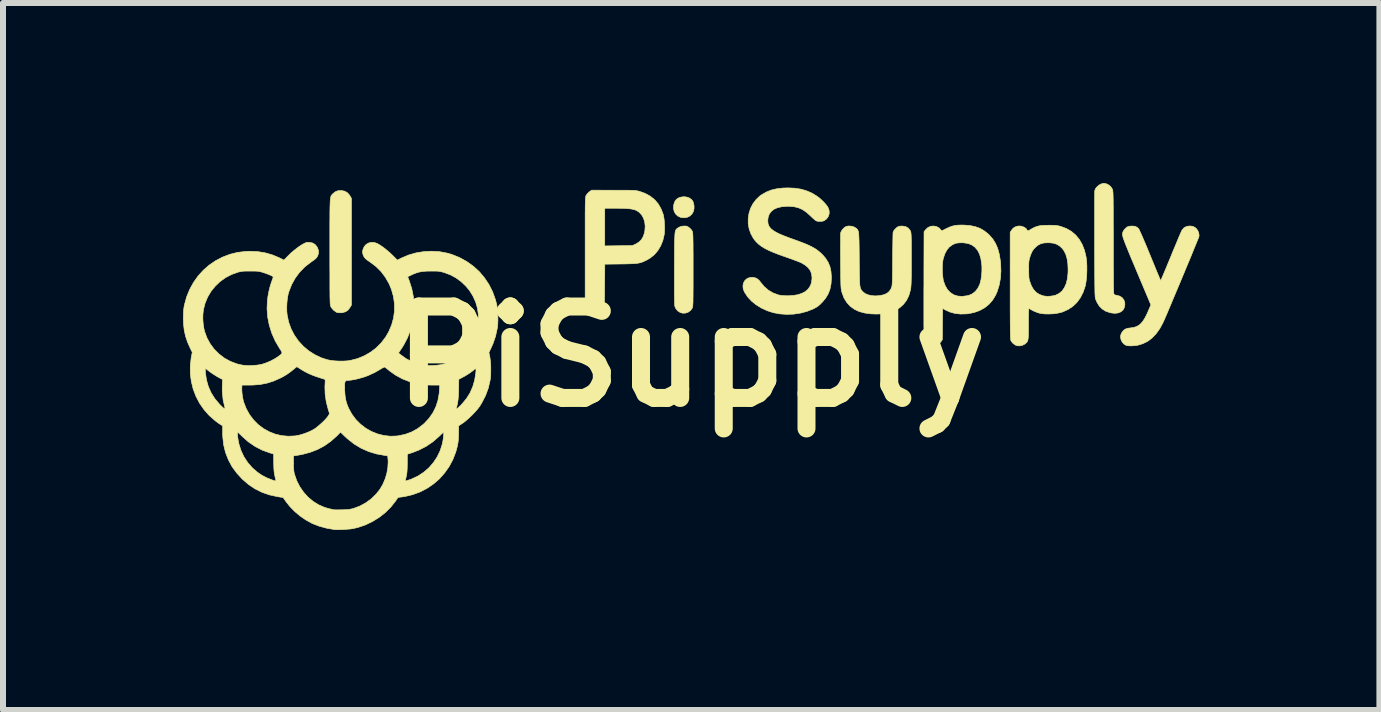
<source format=kicad_pcb>
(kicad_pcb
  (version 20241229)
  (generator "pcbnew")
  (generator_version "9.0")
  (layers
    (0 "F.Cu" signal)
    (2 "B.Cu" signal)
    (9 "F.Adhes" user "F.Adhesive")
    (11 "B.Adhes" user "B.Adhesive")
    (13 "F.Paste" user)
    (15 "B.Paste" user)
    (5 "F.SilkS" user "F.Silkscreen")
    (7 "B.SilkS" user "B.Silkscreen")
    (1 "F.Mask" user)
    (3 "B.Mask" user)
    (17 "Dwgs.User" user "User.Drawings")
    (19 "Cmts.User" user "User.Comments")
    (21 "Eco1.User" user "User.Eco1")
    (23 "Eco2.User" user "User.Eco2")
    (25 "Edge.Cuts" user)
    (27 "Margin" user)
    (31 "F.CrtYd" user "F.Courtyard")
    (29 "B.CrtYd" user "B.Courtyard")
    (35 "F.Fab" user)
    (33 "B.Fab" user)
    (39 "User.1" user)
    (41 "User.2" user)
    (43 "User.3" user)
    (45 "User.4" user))
  (footprint "PiSupply"
    (layer "F.Cu")
    (at 8.466 2.892)
    (property "Reference" "PiSupply" (at 0 0 0) (layer "F.SilkS") (effects (font (size 1.524 1.524) (thickness 0.3))))
    (attr through_hole)
    (fp_poly (pts (xy -0.075 -2.659) (xy -0.029 -2.643) (xy 0.009 -2.615) (xy 0.027 -2.593) (xy 0.041 -2.557) (xy 0.049 -2.513) (xy 0.049 -2.466) (xy 0.041 -2.424) (xy 0.039 -2.418) (xy 0.013 -2.374) (xy -0.023 -2.341) (xy -0.068 -2.32) (xy -0.119 -2.313) (xy -0.174 -2.32) (xy -0.177 -2.321) (xy -0.223 -2.343) (xy -0.258 -2.376) (xy -0.282 -2.419) (xy -0.293 -2.47) (xy -0.29 -2.527) (xy -0.288 -2.535) (xy -0.271 -2.585) (xy -0.244 -2.621) (xy -0.205 -2.646) (xy -0.18 -2.655) (xy -0.127 -2.664) (xy -0.075 -2.659)) (stroke (width 0.01) (type solid)) (fill yes) (layer "F.SilkS"))
    (fp_poly (pts (xy -5.829 -2.767) (xy -5.775 -2.757) (xy -5.73 -2.733) (xy -5.694 -2.694) (xy -5.684 -2.678) (xy -5.66 -2.637) (xy -5.66 -0.859) (xy -5.684 -0.819) (xy -5.716 -0.776) (xy -5.756 -0.748) (xy -5.805 -0.733) (xy -5.833 -0.73) (xy -5.874 -0.731) (xy -5.904 -0.737) (xy -5.914 -0.742) (xy -5.96 -0.775) (xy -5.994 -0.816) (xy -6.004 -0.834) (xy -6.006 -0.84) (xy -6.009 -0.847) (xy -6.01 -0.857) (xy -6.012 -0.87) (xy -6.014 -0.886) (xy -6.015 -0.909) (xy -6.016 -0.937) (xy -6.017 -0.972) (xy -6.018 -1.016) (xy -6.018 -1.069) (xy -6.019 -1.132) (xy -6.019 -1.207) (xy -6.019 -1.293) (xy -6.019 -1.393) (xy -6.02 -1.507) (xy -6.02 -1.636) (xy -6.02 -1.747) (xy -6.02 -1.891) (xy -6.02 -2.019) (xy -6.02 -2.132) (xy -6.02 -2.231) (xy -6.019 -2.317) (xy -6.019 -2.391) (xy -6.018 -2.454) (xy -6.017 -2.508) (xy -6.015 -2.552) (xy -6.014 -2.588) (xy -6.011 -2.617) (xy -6.008 -2.64) (xy -6.005 -2.657) (xy -6.001 -2.671) (xy -5.996 -2.682) (xy -5.991 -2.69) (xy -5.985 -2.698) (xy -5.978 -2.705) (xy -5.971 -2.712) (xy -5.93 -2.746) (xy -5.885 -2.764) (xy -5.832 -2.767) (xy -5.829 -2.767)) (stroke (width 0.01) (type solid)) (fill yes) (layer "F.SilkS"))
    (fp_poly (pts (xy -0.073 -2.173) (xy -0.047 -2.16) (xy -0.019 -2.138) (xy 0.006 -2.111) (xy 0.022 -2.085) (xy 0.025 -2.077) (xy 0.027 -2.063) (xy 0.028 -2.043) (xy 0.03 -2.014) (xy 0.031 -1.977) (xy 0.032 -1.93) (xy 0.033 -1.871) (xy 0.033 -1.801) (xy 0.034 -1.717) (xy 0.034 -1.62) (xy 0.034 -1.506) (xy 0.034 -1.448) (xy 0.034 -1.331) (xy 0.034 -1.231) (xy 0.034 -1.145) (xy 0.033 -1.072) (xy 0.033 -1.011) (xy 0.032 -0.961) (xy 0.032 -0.921) (xy 0.031 -0.889) (xy 0.029 -0.864) (xy 0.028 -0.845) (xy 0.026 -0.832) (xy 0.024 -0.821) (xy 0.021 -0.813) (xy 0.018 -0.806) (xy 0.017 -0.804) (xy -0.011 -0.767) (xy -0.049 -0.74) (xy -0.093 -0.725) (xy -0.139 -0.723) (xy -0.182 -0.735) (xy -0.224 -0.763) (xy -0.255 -0.801) (xy -0.271 -0.838) (xy -0.273 -0.855) (xy -0.275 -0.888) (xy -0.276 -0.938) (xy -0.277 -1.005) (xy -0.278 -1.089) (xy -0.278 -1.19) (xy -0.278 -1.307) (xy -0.278 -1.442) (xy -0.278 -1.471) (xy -0.277 -1.589) (xy -0.277 -1.692) (xy -0.276 -1.78) (xy -0.276 -1.854) (xy -0.275 -1.917) (xy -0.273 -1.969) (xy -0.271 -2.01) (xy -0.269 -2.044) (xy -0.266 -2.07) (xy -0.262 -2.09) (xy -0.257 -2.105) (xy -0.251 -2.116) (xy -0.243 -2.125) (xy -0.235 -2.133) (xy -0.225 -2.14) (xy -0.215 -2.147) (xy -0.183 -2.164) (xy -0.141 -2.174) (xy -0.098 -2.176) (xy -0.073 -2.173)) (stroke (width 0.01) (type solid)) (fill yes) (layer "F.SilkS"))
    (fp_poly (pts (xy 6.921 -2.879) (xy 6.963 -2.858) (xy 6.998 -2.825) (xy 7.02 -2.79) (xy 7.022 -2.784) (xy 7.025 -2.776) (xy 7.027 -2.766) (xy 7.028 -2.753) (xy 7.03 -2.736) (xy 7.031 -2.713) (xy 7.032 -2.684) (xy 7.033 -2.648) (xy 7.034 -2.603) (xy 7.034 -2.549) (xy 7.035 -2.484) (xy 7.035 -2.408) (xy 7.035 -2.32) (xy 7.035 -2.218) (xy 7.036 -2.101) (xy 7.036 -1.97) (xy 7.036 -1.912) (xy 7.036 -1.781) (xy 7.036 -1.659) (xy 7.036 -1.544) (xy 7.037 -1.439) (xy 7.038 -1.345) (xy 7.038 -1.262) (xy 7.039 -1.191) (xy 7.04 -1.133) (xy 7.041 -1.089) (xy 7.042 -1.06) (xy 7.044 -1.048) (xy 7.044 -1.047) (xy 7.052 -1.034) (xy 7.067 -1.026) (xy 7.093 -1.021) (xy 7.144 -1.007) (xy 7.184 -0.981) (xy 7.212 -0.944) (xy 7.227 -0.899) (xy 7.228 -0.862) (xy 7.218 -0.813) (xy 7.195 -0.774) (xy 7.16 -0.745) (xy 7.115 -0.727) (xy 7.06 -0.721) (xy 6.998 -0.728) (xy 6.981 -0.732) (xy 6.91 -0.756) (xy 6.851 -0.793) (xy 6.802 -0.842) (xy 6.763 -0.906) (xy 6.745 -0.947) (xy 6.742 -0.955) (xy 6.739 -0.963) (xy 6.737 -0.972) (xy 6.735 -0.984) (xy 6.733 -0.998) (xy 6.732 -1.017) (xy 6.731 -1.041) (xy 6.729 -1.072) (xy 6.729 -1.109) (xy 6.728 -1.155) (xy 6.727 -1.21) (xy 6.727 -1.276) (xy 6.726 -1.353) (xy 6.726 -1.442) (xy 6.725 -1.544) (xy 6.725 -1.661) (xy 6.724 -1.794) (xy 6.724 -1.867) (xy 6.724 -1.988) (xy 6.724 -2.104) (xy 6.724 -2.214) (xy 6.724 -2.318) (xy 6.724 -2.414) (xy 6.724 -2.501) (xy 6.724 -2.578) (xy 6.725 -2.643) (xy 6.725 -2.696) (xy 6.726 -2.735) (xy 6.726 -2.759) (xy 6.727 -2.767) (xy 6.74 -2.8) (xy 6.767 -2.832) (xy 6.801 -2.86) (xy 6.839 -2.879) (xy 6.876 -2.887) (xy 6.877 -2.887) (xy 6.921 -2.879)) (stroke (width 0.01) (type solid)) (fill yes) (layer "F.SilkS"))
    (fp_poly (pts (xy -1.293 -2.772) (xy -1.204 -2.772) (xy -1.13 -2.772) (xy -1.07 -2.772) (xy -1.021 -2.771) (xy -0.983 -2.77) (xy -0.952 -2.769) (xy -0.928 -2.767) (xy -0.908 -2.764) (xy -0.891 -2.761) (xy -0.875 -2.757) (xy -0.862 -2.754) (xy -0.765 -2.719) (xy -0.681 -2.673) (xy -0.608 -2.615) (xy -0.548 -2.545) (xy -0.501 -2.463) (xy -0.465 -2.37) (xy -0.462 -2.358) (xy -0.454 -2.317) (xy -0.447 -2.265) (xy -0.444 -2.206) (xy -0.442 -2.146) (xy -0.443 -2.09) (xy -0.447 -2.042) (xy -0.448 -2.032) (xy -0.471 -1.934) (xy -0.507 -1.845) (xy -0.555 -1.765) (xy -0.614 -1.697) (xy -0.684 -1.641) (xy -0.739 -1.609) (xy -0.773 -1.593) (xy -0.803 -1.579) (xy -0.831 -1.569) (xy -0.861 -1.561) (xy -0.893 -1.555) (xy -0.93 -1.551) (xy -0.975 -1.548) (xy -1.031 -1.546) (xy -1.099 -1.544) (xy -1.174 -1.543) (xy -1.438 -1.54) (xy -1.441 -1.191) (xy -1.442 -1.105) (xy -1.442 -1.034) (xy -1.443 -0.977) (xy -1.444 -0.931) (xy -1.445 -0.896) (xy -1.447 -0.869) (xy -1.449 -0.849) (xy -1.451 -0.835) (xy -1.455 -0.824) (xy -1.458 -0.814) (xy -1.461 -0.809) (xy -1.491 -0.77) (xy -1.53 -0.741) (xy -1.576 -0.725) (xy -1.625 -0.723) (xy -1.662 -0.731) (xy -1.697 -0.749) (xy -1.724 -0.773) (xy -1.747 -0.804) (xy -1.765 -0.834) (xy -1.765 -1.744) (xy -1.765 -1.844) (xy -1.439 -1.844) (xy -1.209 -1.847) (xy -0.978 -1.85) (xy -0.925 -1.874) (xy -0.87 -1.907) (xy -0.828 -1.948) (xy -0.797 -2.001) (xy -0.776 -2.065) (xy -0.77 -2.098) (xy -0.765 -2.173) (xy -0.773 -2.244) (xy -0.793 -2.307) (xy -0.824 -2.362) (xy -0.866 -2.406) (xy -0.909 -2.434) (xy -0.936 -2.445) (xy -0.969 -2.454) (xy -1.007 -2.461) (xy -1.055 -2.466) (xy -1.113 -2.47) (xy -1.185 -2.471) (xy -1.259 -2.472) (xy -1.439 -2.472) (xy -1.439 -1.844) (xy -1.765 -1.844) (xy -1.765 -1.888) (xy -1.765 -2.016) (xy -1.765 -2.129) (xy -1.765 -2.227) (xy -1.765 -2.313) (xy -1.765 -2.387) (xy -1.764 -2.45) (xy -1.764 -2.502) (xy -1.763 -2.546) (xy -1.762 -2.581) (xy -1.761 -2.609) (xy -1.76 -2.631) (xy -1.758 -2.648) (xy -1.757 -2.661) (xy -1.755 -2.67) (xy -1.753 -2.677) (xy -1.75 -2.683) (xy -1.748 -2.688) (xy -1.729 -2.714) (xy -1.705 -2.739) (xy -1.694 -2.747) (xy -1.658 -2.773) (xy -1.293 -2.772)) (stroke (width 0.01) (type solid)) (fill yes) (layer "F.SilkS"))
    (fp_poly (pts (xy 4.551 -2.191) (xy 4.649 -2.183) (xy 4.735 -2.165) (xy 4.812 -2.138) (xy 4.881 -2.098) (xy 4.947 -2.047) (xy 4.971 -2.024) (xy 5.027 -1.959) (xy 5.073 -1.886) (xy 5.109 -1.803) (xy 5.135 -1.708) (xy 5.153 -1.601) (xy 5.158 -1.556) (xy 5.163 -1.429) (xy 5.155 -1.306) (xy 5.134 -1.19) (xy 5.1 -1.082) (xy 5.075 -1.025) (xy 5.025 -0.942) (xy 4.963 -0.871) (xy 4.891 -0.813) (xy 4.807 -0.767) (xy 4.714 -0.734) (xy 4.611 -0.714) (xy 4.59 -0.712) (xy 4.49 -0.709) (xy 4.398 -0.719) (xy 4.312 -0.743) (xy 4.238 -0.777) (xy 4.192 -0.802) (xy 4.189 -0.542) (xy 4.187 -0.282) (xy 4.163 -0.247) (xy 4.13 -0.214) (xy 4.09 -0.19) (xy 4.045 -0.179) (xy 4 -0.18) (xy 3.967 -0.192) (xy 3.927 -0.219) (xy 3.901 -0.252) (xy 3.89 -0.274) (xy 3.888 -0.281) (xy 3.886 -0.291) (xy 3.885 -0.305) (xy 3.883 -0.324) (xy 3.882 -0.348) (xy 3.881 -0.379) (xy 3.88 -0.418) (xy 3.88 -0.465) (xy 3.879 -0.522) (xy 3.879 -0.59) (xy 3.879 -0.669) (xy 3.879 -0.761) (xy 3.879 -0.867) (xy 3.879 -0.987) (xy 3.879 -1.122) (xy 3.88 -1.195) (xy 3.88 -1.462) (xy 4.186 -1.462) (xy 4.188 -1.394) (xy 4.194 -1.331) (xy 4.202 -1.275) (xy 4.207 -1.255) (xy 4.236 -1.178) (xy 4.274 -1.114) (xy 4.322 -1.065) (xy 4.378 -1.029) (xy 4.442 -1.009) (xy 4.514 -1.003) (xy 4.594 -1.013) (xy 4.629 -1.021) (xy 4.685 -1.045) (xy 4.735 -1.084) (xy 4.776 -1.135) (xy 4.808 -1.198) (xy 4.817 -1.225) (xy 4.831 -1.283) (xy 4.841 -1.352) (xy 4.846 -1.425) (xy 4.846 -1.498) (xy 4.843 -1.539) (xy 4.829 -1.631) (xy 4.806 -1.709) (xy 4.773 -1.773) (xy 4.73 -1.823) (xy 4.678 -1.86) (xy 4.615 -1.885) (xy 4.541 -1.896) (xy 4.508 -1.897) (xy 4.459 -1.895) (xy 4.419 -1.89) (xy 4.385 -1.878) (xy 4.348 -1.859) (xy 4.348 -1.859) (xy 4.301 -1.824) (xy 4.262 -1.776) (xy 4.23 -1.716) (xy 4.204 -1.64) (xy 4.202 -1.634) (xy 4.193 -1.586) (xy 4.188 -1.527) (xy 4.186 -1.462) (xy 3.88 -1.462) (xy 3.882 -2.081) (xy 3.908 -2.114) (xy 3.946 -2.15) (xy 3.99 -2.17) (xy 4.033 -2.176) (xy 4.084 -2.169) (xy 4.128 -2.147) (xy 4.154 -2.121) (xy 4.176 -2.094) (xy 4.249 -2.131) (xy 4.302 -2.156) (xy 4.349 -2.173) (xy 4.394 -2.184) (xy 4.444 -2.19) (xy 4.502 -2.192) (xy 4.551 -2.191)) (stroke (width 0.01) (type solid)) (fill yes) (layer "F.SilkS"))
    (fp_poly (pts (xy 8.335 -2.174) (xy 8.365 -2.168) (xy 8.376 -2.164) (xy 8.411 -2.141) (xy 8.44 -2.106) (xy 8.458 -2.065) (xy 8.465 -2.021) (xy 8.463 -2.001) (xy 8.459 -1.989) (xy 8.449 -1.963) (xy 8.433 -1.925) (xy 8.413 -1.875) (xy 8.388 -1.815) (xy 8.36 -1.746) (xy 8.329 -1.669) (xy 8.295 -1.587) (xy 8.258 -1.5) (xy 8.221 -1.41) (xy 8.182 -1.317) (xy 8.144 -1.225) (xy 8.105 -1.133) (xy 8.067 -1.043) (xy 8.031 -0.957) (xy 7.997 -0.875) (xy 7.965 -0.8) (xy 7.937 -0.733) (xy 7.912 -0.675) (xy 7.891 -0.627) (xy 7.875 -0.591) (xy 7.866 -0.57) (xy 7.811 -0.468) (xy 7.75 -0.382) (xy 7.683 -0.311) (xy 7.609 -0.255) (xy 7.528 -0.215) (xy 7.446 -0.19) (xy 7.398 -0.183) (xy 7.348 -0.179) (xy 7.301 -0.179) (xy 7.263 -0.184) (xy 7.243 -0.19) (xy 7.208 -0.213) (xy 7.18 -0.248) (xy 7.162 -0.289) (xy 7.156 -0.332) (xy 7.158 -0.35) (xy 7.166 -0.377) (xy 7.181 -0.405) (xy 7.182 -0.407) (xy 7.208 -0.438) (xy 7.238 -0.459) (xy 7.277 -0.472) (xy 7.322 -0.478) (xy 7.375 -0.485) (xy 7.421 -0.5) (xy 7.462 -0.522) (xy 7.498 -0.553) (xy 7.533 -0.596) (xy 7.567 -0.651) (xy 7.601 -0.72) (xy 7.627 -0.78) (xy 7.662 -0.862) (xy 7.425 -1.425) (xy 7.379 -1.535) (xy 7.338 -1.631) (xy 7.304 -1.714) (xy 7.275 -1.785) (xy 7.251 -1.844) (xy 7.231 -1.894) (xy 7.216 -1.935) (xy 7.204 -1.968) (xy 7.196 -1.995) (xy 7.191 -2.016) (xy 7.189 -2.034) (xy 7.189 -2.048) (xy 7.191 -2.06) (xy 7.194 -2.071) (xy 7.197 -2.08) (xy 7.215 -2.111) (xy 7.242 -2.141) (xy 7.273 -2.163) (xy 7.275 -2.164) (xy 7.302 -2.172) (xy 7.337 -2.175) (xy 7.375 -2.174) (xy 7.406 -2.168) (xy 7.415 -2.164) (xy 7.438 -2.149) (xy 7.457 -2.132) (xy 7.464 -2.12) (xy 7.476 -2.094) (xy 7.494 -2.056) (xy 7.516 -2.006) (xy 7.541 -1.947) (xy 7.57 -1.88) (xy 7.601 -1.806) (xy 7.633 -1.728) (xy 7.648 -1.691) (xy 7.681 -1.611) (xy 7.712 -1.536) (xy 7.74 -1.467) (xy 7.765 -1.406) (xy 7.787 -1.355) (xy 7.804 -1.313) (xy 7.816 -1.284) (xy 7.823 -1.268) (xy 7.824 -1.266) (xy 7.828 -1.273) (xy 7.838 -1.294) (xy 7.853 -1.328) (xy 7.872 -1.373) (xy 7.895 -1.428) (xy 7.922 -1.492) (xy 7.951 -1.563) (xy 7.983 -1.639) (xy 7.997 -1.673) (xy 8.029 -1.753) (xy 8.061 -1.828) (xy 8.09 -1.898) (xy 8.116 -1.961) (xy 8.139 -2.015) (xy 8.158 -2.059) (xy 8.172 -2.09) (xy 8.181 -2.108) (xy 8.183 -2.111) (xy 8.216 -2.148) (xy 8.257 -2.169) (xy 8.303 -2.176) (xy 8.335 -2.174)) (stroke (width 0.01) (type solid)) (fill yes) (layer "F.SilkS"))
    (fp_poly (pts (xy 2.662 -2.174) (xy 2.704 -2.165) (xy 2.737 -2.148) (xy 2.738 -2.147) (xy 2.751 -2.138) (xy 2.762 -2.129) (xy 2.771 -2.12) (xy 2.778 -2.108) (xy 2.784 -2.094) (xy 2.789 -2.074) (xy 2.793 -2.048) (xy 2.795 -2.015) (xy 2.797 -1.972) (xy 2.799 -1.919) (xy 2.8 -1.855) (xy 2.801 -1.777) (xy 2.802 -1.684) (xy 2.802 -1.621) (xy 2.803 -1.52) (xy 2.804 -1.433) (xy 2.805 -1.361) (xy 2.807 -1.301) (xy 2.808 -1.252) (xy 2.81 -1.213) (xy 2.813 -1.183) (xy 2.817 -1.158) (xy 2.822 -1.14) (xy 2.828 -1.125) (xy 2.836 -1.112) (xy 2.845 -1.1) (xy 2.855 -1.088) (xy 2.861 -1.082) (xy 2.897 -1.052) (xy 2.946 -1.03) (xy 3.005 -1.016) (xy 3.072 -1.011) (xy 3.142 -1.016) (xy 3.209 -1.03) (xy 3.263 -1.053) (xy 3.303 -1.087) (xy 3.333 -1.132) (xy 3.342 -1.156) (xy 3.345 -1.167) (xy 3.348 -1.181) (xy 3.35 -1.2) (xy 3.352 -1.225) (xy 3.354 -1.256) (xy 3.355 -1.297) (xy 3.356 -1.348) (xy 3.357 -1.41) (xy 3.358 -1.486) (xy 3.358 -1.577) (xy 3.359 -1.626) (xy 3.359 -1.71) (xy 3.36 -1.789) (xy 3.361 -1.862) (xy 3.362 -1.927) (xy 3.363 -1.982) (xy 3.364 -2.025) (xy 3.365 -2.056) (xy 3.366 -2.071) (xy 3.366 -2.072) (xy 3.376 -2.094) (xy 3.396 -2.12) (xy 3.421 -2.145) (xy 3.446 -2.163) (xy 3.454 -2.167) (xy 3.479 -2.173) (xy 3.513 -2.175) (xy 3.53 -2.174) (xy 3.58 -2.164) (xy 3.62 -2.14) (xy 3.65 -2.103) (xy 3.654 -2.094) (xy 3.658 -2.086) (xy 3.661 -2.077) (xy 3.663 -2.065) (xy 3.665 -2.048) (xy 3.667 -2.026) (xy 3.668 -1.997) (xy 3.669 -1.96) (xy 3.67 -1.912) (xy 3.67 -1.852) (xy 3.67 -1.78) (xy 3.67 -1.693) (xy 3.67 -1.621) (xy 3.67 -1.522) (xy 3.67 -1.438) (xy 3.67 -1.367) (xy 3.669 -1.309) (xy 3.668 -1.261) (xy 3.667 -1.222) (xy 3.665 -1.191) (xy 3.663 -1.165) (xy 3.661 -1.144) (xy 3.658 -1.125) (xy 3.655 -1.109) (xy 3.629 -1.018) (xy 3.591 -0.939) (xy 3.541 -0.873) (xy 3.48 -0.817) (xy 3.409 -0.775) (xy 3.337 -0.745) (xy 3.261 -0.724) (xy 3.178 -0.712) (xy 3.086 -0.709) (xy 2.997 -0.712) (xy 2.893 -0.726) (xy 2.801 -0.751) (xy 2.72 -0.789) (xy 2.652 -0.839) (xy 2.595 -0.901) (xy 2.549 -0.975) (xy 2.516 -1.062) (xy 2.513 -1.073) (xy 2.509 -1.088) (xy 2.505 -1.103) (xy 2.502 -1.119) (xy 2.5 -1.138) (xy 2.498 -1.162) (xy 2.496 -1.192) (xy 2.495 -1.229) (xy 2.494 -1.275) (xy 2.493 -1.332) (xy 2.493 -1.401) (xy 2.492 -1.484) (xy 2.491 -1.582) (xy 2.491 -1.587) (xy 2.491 -1.674) (xy 2.49 -1.756) (xy 2.49 -1.832) (xy 2.491 -1.9) (xy 2.491 -1.959) (xy 2.491 -2.006) (xy 2.492 -2.041) (xy 2.493 -2.061) (xy 2.493 -2.064) (xy 2.505 -2.092) (xy 2.526 -2.122) (xy 2.553 -2.149) (xy 2.581 -2.167) (xy 2.582 -2.167) (xy 2.619 -2.176) (xy 2.662 -2.174)) (stroke (width 0.01) (type solid)) (fill yes) (layer "F.SilkS"))
    (fp_poly (pts (xy 1.727 -2.806) (xy 1.831 -2.79) (xy 1.926 -2.762) (xy 2.015 -2.723) (xy 2.088 -2.679) (xy 2.134 -2.646) (xy 2.179 -2.606) (xy 2.221 -2.564) (xy 2.256 -2.523) (xy 2.281 -2.486) (xy 2.285 -2.478) (xy 2.301 -2.428) (xy 2.301 -2.379) (xy 2.286 -2.334) (xy 2.257 -2.294) (xy 2.217 -2.264) (xy 2.19 -2.256) (xy 2.154 -2.253) (xy 2.118 -2.254) (xy 2.088 -2.26) (xy 2.087 -2.261) (xy 2.073 -2.27) (xy 2.05 -2.289) (xy 2.021 -2.314) (xy 1.991 -2.343) (xy 1.924 -2.404) (xy 1.858 -2.449) (xy 1.789 -2.48) (xy 1.714 -2.498) (xy 1.631 -2.505) (xy 1.587 -2.504) (xy 1.505 -2.496) (xy 1.437 -2.48) (xy 1.381 -2.455) (xy 1.338 -2.421) (xy 1.305 -2.378) (xy 1.302 -2.371) (xy 1.285 -2.325) (xy 1.278 -2.274) (xy 1.281 -2.224) (xy 1.29 -2.189) (xy 1.307 -2.159) (xy 1.332 -2.13) (xy 1.367 -2.102) (xy 1.412 -2.074) (xy 1.469 -2.045) (xy 1.54 -2.015) (xy 1.626 -1.982) (xy 1.676 -1.964) (xy 1.773 -1.929) (xy 1.856 -1.898) (xy 1.926 -1.87) (xy 1.985 -1.843) (xy 2.036 -1.816) (xy 2.08 -1.79) (xy 2.118 -1.762) (xy 2.154 -1.732) (xy 2.185 -1.703) (xy 2.242 -1.638) (xy 2.284 -1.57) (xy 2.314 -1.498) (xy 2.331 -1.418) (xy 2.338 -1.327) (xy 2.338 -1.308) (xy 2.332 -1.21) (xy 2.314 -1.122) (xy 2.284 -1.044) (xy 2.24 -0.971) (xy 2.183 -0.903) (xy 2.18 -0.901) (xy 2.145 -0.866) (xy 2.114 -0.84) (xy 2.083 -0.82) (xy 2.044 -0.799) (xy 2.032 -0.793) (xy 1.93 -0.753) (xy 1.82 -0.724) (xy 1.703 -0.707) (xy 1.584 -0.704) (xy 1.475 -0.712) (xy 1.369 -0.732) (xy 1.267 -0.765) (xy 1.172 -0.809) (xy 1.084 -0.863) (xy 1.007 -0.925) (xy 0.942 -0.995) (xy 0.892 -1.072) (xy 0.889 -1.076) (xy 0.869 -1.127) (xy 0.864 -1.177) (xy 0.872 -1.223) (xy 0.892 -1.262) (xy 0.923 -1.293) (xy 0.964 -1.313) (xy 1.014 -1.321) (xy 1.015 -1.321) (xy 1.063 -1.315) (xy 1.104 -1.296) (xy 1.14 -1.263) (xy 1.159 -1.238) (xy 1.218 -1.166) (xy 1.288 -1.106) (xy 1.367 -1.06) (xy 1.454 -1.028) (xy 1.456 -1.027) (xy 1.508 -1.018) (xy 1.569 -1.014) (xy 1.636 -1.014) (xy 1.702 -1.019) (xy 1.761 -1.028) (xy 1.782 -1.032) (xy 1.842 -1.052) (xy 1.891 -1.076) (xy 1.932 -1.107) (xy 1.955 -1.131) (xy 1.986 -1.177) (xy 2.006 -1.229) (xy 2.014 -1.292) (xy 2.015 -1.316) (xy 2.008 -1.378) (xy 1.987 -1.433) (xy 1.951 -1.482) (xy 1.9 -1.525) (xy 1.838 -1.562) (xy 1.813 -1.573) (xy 1.775 -1.588) (xy 1.727 -1.606) (xy 1.673 -1.626) (xy 1.614 -1.647) (xy 1.577 -1.66) (xy 1.469 -1.698) (xy 1.376 -1.734) (xy 1.297 -1.768) (xy 1.23 -1.802) (xy 1.173 -1.837) (xy 1.125 -1.873) (xy 1.085 -1.912) (xy 1.05 -1.954) (xy 1.039 -1.969) (xy 0.996 -2.047) (xy 0.967 -2.13) (xy 0.952 -2.216) (xy 0.952 -2.302) (xy 0.965 -2.388) (xy 0.991 -2.47) (xy 1.03 -2.546) (xy 1.082 -2.615) (xy 1.145 -2.675) (xy 1.179 -2.699) (xy 1.256 -2.743) (xy 1.337 -2.775) (xy 1.426 -2.796) (xy 1.525 -2.808) (xy 1.613 -2.811) (xy 1.727 -2.806)) (stroke (width 0.01) (type solid)) (fill yes) (layer "F.SilkS"))
    (fp_poly (pts (xy 6.011 -2.188) (xy 6.053 -2.187) (xy 6.086 -2.184) (xy 6.114 -2.18) (xy 6.142 -2.174) (xy 6.159 -2.169) (xy 6.254 -2.134) (xy 6.337 -2.086) (xy 6.409 -2.025) (xy 6.469 -1.952) (xy 6.518 -1.867) (xy 6.556 -1.769) (xy 6.582 -1.66) (xy 6.583 -1.653) (xy 6.591 -1.587) (xy 6.595 -1.511) (xy 6.595 -1.431) (xy 6.592 -1.351) (xy 6.585 -1.275) (xy 6.575 -1.208) (xy 6.568 -1.175) (xy 6.533 -1.072) (xy 6.487 -0.982) (xy 6.43 -0.903) (xy 6.362 -0.838) (xy 6.282 -0.785) (xy 6.193 -0.745) (xy 6.17 -0.738) (xy 6.107 -0.723) (xy 6.036 -0.713) (xy 5.961 -0.71) (xy 5.89 -0.711) (xy 5.826 -0.719) (xy 5.804 -0.724) (xy 5.774 -0.733) (xy 5.738 -0.747) (xy 5.701 -0.763) (xy 5.671 -0.779) (xy 5.655 -0.788) (xy 5.638 -0.797) (xy 5.628 -0.799) (xy 5.627 -0.798) (xy 5.626 -0.789) (xy 5.625 -0.765) (xy 5.624 -0.728) (xy 5.623 -0.68) (xy 5.622 -0.624) (xy 5.622 -0.562) (xy 5.622 -0.538) (xy 5.622 -0.462) (xy 5.621 -0.4) (xy 5.62 -0.351) (xy 5.618 -0.314) (xy 5.614 -0.285) (xy 5.609 -0.264) (xy 5.601 -0.247) (xy 5.59 -0.234) (xy 5.577 -0.221) (xy 5.56 -0.208) (xy 5.558 -0.207) (xy 5.523 -0.189) (xy 5.482 -0.179) (xy 5.44 -0.18) (xy 5.406 -0.191) (xy 5.363 -0.221) (xy 5.333 -0.259) (xy 5.329 -0.269) (xy 5.327 -0.275) (xy 5.325 -0.287) (xy 5.324 -0.305) (xy 5.322 -0.329) (xy 5.321 -0.362) (xy 5.32 -0.402) (xy 5.319 -0.452) (xy 5.319 -0.513) (xy 5.318 -0.585) (xy 5.318 -0.669) (xy 5.317 -0.766) (xy 5.317 -0.877) (xy 5.317 -1.003) (xy 5.317 -1.145) (xy 5.317 -1.182) (xy 5.317 -1.454) (xy 5.626 -1.454) (xy 5.626 -1.452) (xy 5.627 -1.394) (xy 5.628 -1.349) (xy 5.63 -1.314) (xy 5.634 -1.287) (xy 5.64 -1.263) (xy 5.642 -1.257) (xy 5.67 -1.181) (xy 5.705 -1.12) (xy 5.748 -1.072) (xy 5.8 -1.038) (xy 5.861 -1.014) (xy 5.876 -1.011) (xy 5.927 -1.004) (xy 5.985 -1.006) (xy 6.042 -1.015) (xy 6.071 -1.022) (xy 6.131 -1.051) (xy 6.181 -1.092) (xy 6.22 -1.148) (xy 6.251 -1.216) (xy 6.271 -1.298) (xy 6.281 -1.394) (xy 6.282 -1.452) (xy 6.278 -1.549) (xy 6.265 -1.633) (xy 6.244 -1.704) (xy 6.213 -1.765) (xy 6.18 -1.808) (xy 6.137 -1.846) (xy 6.09 -1.873) (xy 6.036 -1.89) (xy 5.971 -1.897) (xy 5.943 -1.897) (xy 5.88 -1.894) (xy 5.828 -1.881) (xy 5.783 -1.858) (xy 5.749 -1.831) (xy 5.713 -1.795) (xy 5.685 -1.756) (xy 5.663 -1.708) (xy 5.646 -1.659) (xy 5.638 -1.634) (xy 5.633 -1.609) (xy 5.629 -1.583) (xy 5.627 -1.551) (xy 5.626 -1.509) (xy 5.626 -1.454) (xy 5.317 -1.454) (xy 5.317 -2.069) (xy 5.337 -2.103) (xy 5.368 -2.14) (xy 5.408 -2.164) (xy 5.453 -2.176) (xy 5.501 -2.174) (xy 5.547 -2.157) (xy 5.551 -2.154) (xy 5.572 -2.141) (xy 5.586 -2.13) (xy 5.588 -2.127) (xy 5.593 -2.116) (xy 5.6 -2.106) (xy 5.607 -2.098) (xy 5.616 -2.097) (xy 5.63 -2.102) (xy 5.654 -2.116) (xy 5.661 -2.12) (xy 5.705 -2.145) (xy 5.746 -2.163) (xy 5.786 -2.175) (xy 5.83 -2.183) (xy 5.882 -2.187) (xy 5.946 -2.188) (xy 5.956 -2.189) (xy 6.011 -2.188)) (stroke (width 0.01) (type solid)) (fill yes) (layer "F.SilkS"))
    (fp_poly (pts (xy -6.358 -1.903) (xy -6.308 -1.893) (xy -6.268 -1.87) (xy -6.237 -1.834) (xy -6.227 -1.817) (xy -6.21 -1.771) (xy -6.208 -1.728) (xy -6.219 -1.687) (xy -6.229 -1.666) (xy -6.241 -1.648) (xy -6.257 -1.631) (xy -6.281 -1.612) (xy -6.315 -1.588) (xy -6.337 -1.572) (xy -6.436 -1.496) (xy -6.522 -1.408) (xy -6.595 -1.31) (xy -6.655 -1.203) (xy -6.7 -1.088) (xy -6.714 -1.041) (xy -6.726 -0.978) (xy -6.734 -0.905) (xy -6.738 -0.829) (xy -6.737 -0.755) (xy -6.731 -0.694) (xy -6.706 -0.574) (xy -6.665 -0.461) (xy -6.61 -0.356) (xy -6.542 -0.259) (xy -6.462 -0.172) (xy -6.37 -0.095) (xy -6.269 -0.031) (xy -6.159 0.021) (xy -6.066 0.051) (xy -6.01 0.063) (xy -5.942 0.071) (xy -5.869 0.075) (xy -5.795 0.075) (xy -5.727 0.071) (xy -5.678 0.064) (xy -5.56 0.034) (xy -5.448 -0.012) (xy -5.364 -0.06) (xy -4.876 -0.06) (xy -4.84 -0.031) (xy -4.748 0.035) (xy -4.652 0.085) (xy -4.551 0.122) (xy -4.475 0.14) (xy -4.422 0.147) (xy -4.36 0.15) (xy -4.292 0.148) (xy -4.225 0.143) (xy -4.165 0.134) (xy -4.136 0.128) (xy -4.066 0.105) (xy -3.993 0.073) (xy -3.923 0.036) (xy -3.874 0.005) (xy -3.845 -0.018) (xy -3.811 -0.048) (xy -3.776 -0.082) (xy -3.754 -0.104) (xy -3.683 -0.19) (xy -3.627 -0.285) (xy -3.585 -0.384) (xy -3.557 -0.488) (xy -3.544 -0.594) (xy -3.545 -0.701) (xy -3.56 -0.807) (xy -3.59 -0.91) (xy -3.635 -1.009) (xy -3.693 -1.102) (xy -3.754 -1.175) (xy -3.834 -1.251) (xy -3.918 -1.312) (xy -4.008 -1.361) (xy -4.109 -1.399) (xy -4.12 -1.402) (xy -4.15 -1.411) (xy -4.177 -1.417) (xy -4.204 -1.422) (xy -4.235 -1.424) (xy -4.275 -1.425) (xy -4.327 -1.425) (xy -4.331 -1.425) (xy -4.406 -1.424) (xy -4.469 -1.419) (xy -4.525 -1.41) (xy -4.577 -1.395) (xy -4.631 -1.374) (xy -4.662 -1.359) (xy -4.723 -1.331) (xy -4.697 -1.264) (xy -4.654 -1.13) (xy -4.627 -0.993) (xy -4.616 -0.854) (xy -4.62 -0.714) (xy -4.641 -0.576) (xy -4.676 -0.441) (xy -4.727 -0.31) (xy -4.793 -0.185) (xy -4.83 -0.128) (xy -4.876 -0.06) (xy -5.364 -0.06) (xy -5.344 -0.071) (xy -5.249 -0.143) (xy -5.165 -0.227) (xy -5.092 -0.322) (xy -5.039 -0.413) (xy -4.99 -0.527) (xy -4.958 -0.644) (xy -4.942 -0.764) (xy -4.943 -0.883) (xy -4.96 -1.002) (xy -4.993 -1.119) (xy -5.033 -1.215) (xy -5.095 -1.323) (xy -5.167 -1.418) (xy -5.252 -1.502) (xy -5.35 -1.576) (xy -5.356 -1.58) (xy -5.398 -1.609) (xy -5.428 -1.634) (xy -5.448 -1.659) (xy -5.462 -1.686) (xy -5.469 -1.709) (xy -5.474 -1.736) (xy -5.473 -1.762) (xy -5.466 -1.789) (xy -5.445 -1.836) (xy -5.412 -1.871) (xy -5.371 -1.894) (xy -5.324 -1.904) (xy -5.274 -1.9) (xy -5.227 -1.883) (xy -5.183 -1.857) (xy -5.132 -1.822) (xy -5.078 -1.78) (xy -5.024 -1.734) (xy -4.973 -1.686) (xy -4.966 -1.679) (xy -4.895 -1.608) (xy -4.829 -1.641) (xy -4.709 -1.692) (xy -4.583 -1.728) (xy -4.453 -1.749) (xy -4.321 -1.756) (xy -4.19 -1.748) (xy -4.063 -1.724) (xy -3.986 -1.702) (xy -3.858 -1.65) (xy -3.738 -1.584) (xy -3.629 -1.506) (xy -3.53 -1.416) (xy -3.444 -1.314) (xy -3.369 -1.202) (xy -3.308 -1.081) (xy -3.261 -0.951) (xy -3.238 -0.863) (xy -3.229 -0.809) (xy -3.223 -0.744) (xy -3.22 -0.673) (xy -3.219 -0.601) (xy -3.222 -0.534) (xy -3.228 -0.477) (xy -3.229 -0.474) (xy -3.258 -0.34) (xy -3.301 -0.215) (xy -3.328 -0.154) (xy -3.369 -0.067) (xy -3.356 -0.01) (xy -3.348 0.042) (xy -3.341 0.105) (xy -3.338 0.175) (xy -3.338 0.247) (xy -3.34 0.315) (xy -3.346 0.374) (xy -3.348 0.39) (xy -3.378 0.521) (xy -3.424 0.647) (xy -3.486 0.768) (xy -3.524 0.83) (xy -3.556 0.872) (xy -3.598 0.92) (xy -3.646 0.971) (xy -3.697 1.02) (xy -3.747 1.064) (xy -3.792 1.1) (xy -3.81 1.112) (xy -3.873 1.154) (xy -3.874 1.269) (xy -3.876 1.35) (xy -3.882 1.421) (xy -3.894 1.488) (xy -3.912 1.558) (xy -3.922 1.592) (xy -3.97 1.717) (xy -4.032 1.833) (xy -4.108 1.94) (xy -4.194 2.037) (xy -4.292 2.122) (xy -4.399 2.195) (xy -4.515 2.255) (xy -4.638 2.3) (xy -4.767 2.331) (xy -4.806 2.337) (xy -4.884 2.347) (xy -4.924 2.407) (xy -5.003 2.507) (xy -5.094 2.598) (xy -5.197 2.679) (xy -5.309 2.748) (xy -5.427 2.805) (xy -5.551 2.847) (xy -5.633 2.866) (xy -5.67 2.872) (xy -5.718 2.876) (xy -5.771 2.88) (xy -5.825 2.883) (xy -5.876 2.884) (xy -5.918 2.884) (xy -5.944 2.882) (xy -6.076 2.859) (xy -6.2 2.825) (xy -6.313 2.781) (xy -6.322 2.776) (xy -6.42 2.722) (xy -6.516 2.656) (xy -6.606 2.58) (xy -6.686 2.498) (xy -6.75 2.417) (xy -6.798 2.349) (xy -6.891 2.334) (xy -7.025 2.305) (xy -7.149 2.262) (xy -7.266 2.204) (xy -7.375 2.131) (xy -7.477 2.043) (xy -7.57 1.942) (xy -7.649 1.834) (xy -7.711 1.719) (xy -7.758 1.598) (xy -7.789 1.471) (xy -7.804 1.337) (xy -7.806 1.29) (xy -7.559 1.29) (xy -7.557 1.322) (xy -7.552 1.36) (xy -7.546 1.401) (xy -7.537 1.443) (xy -7.535 1.455) (xy -7.501 1.564) (xy -7.452 1.668) (xy -7.389 1.764) (xy -7.314 1.851) (xy -7.302 1.862) (xy -7.228 1.926) (xy -7.152 1.978) (xy -7.069 2.021) (xy -6.985 2.054) (xy -6.951 2.066) (xy -6.931 2.071) (xy -6.921 2.071) (xy -6.918 2.065) (xy -6.921 2.053) (xy -6.921 2.051) (xy -6.933 2.002) (xy -6.942 1.959) (xy -6.948 1.918) (xy -6.952 1.873) (xy -6.954 1.821) (xy -6.955 1.771) (xy -6.956 1.655) (xy -6.625 1.655) (xy -6.625 1.778) (xy -6.625 1.836) (xy -6.622 1.88) (xy -6.618 1.917) (xy -6.612 1.949) (xy -6.609 1.96) (xy -6.571 2.069) (xy -6.52 2.169) (xy -6.456 2.261) (xy -6.382 2.343) (xy -6.298 2.413) (xy -6.206 2.47) (xy -6.107 2.513) (xy -6.031 2.535) (xy -5.999 2.542) (xy -5.972 2.548) (xy -5.956 2.552) (xy -5.942 2.553) (xy -5.914 2.554) (xy -5.877 2.554) (xy -5.833 2.553) (xy -5.817 2.553) (xy -5.758 2.551) (xy -5.712 2.548) (xy -5.673 2.542) (xy -5.639 2.534) (xy -5.63 2.532) (xy -5.522 2.492) (xy -5.421 2.437) (xy -5.328 2.369) (xy -5.246 2.289) (xy -5.182 2.207) (xy -5.135 2.126) (xy -5.113 2.074) (xy -4.764 2.074) (xy -4.742 2.069) (xy -4.724 2.063) (xy -4.695 2.054) (xy -4.662 2.042) (xy -4.657 2.04) (xy -4.552 1.991) (xy -4.456 1.928) (xy -4.37 1.854) (xy -4.295 1.768) (xy -4.232 1.673) (xy -4.182 1.57) (xy -4.147 1.461) (xy -4.136 1.408) (xy -4.13 1.369) (xy -4.126 1.331) (xy -4.123 1.298) (xy -4.123 1.274) (xy -4.126 1.262) (xy -4.127 1.262) (xy -4.134 1.267) (xy -4.15 1.282) (xy -4.174 1.305) (xy -4.201 1.331) (xy -4.302 1.419) (xy -4.414 1.495) (xy -4.534 1.557) (xy -4.648 1.601) (xy -4.729 1.627) (xy -4.729 1.776) (xy -4.73 1.839) (xy -4.732 1.889) (xy -4.735 1.93) (xy -4.74 1.966) (xy -4.747 2) (xy -4.747 2) (xy -4.764 2.074) (xy -5.113 2.074) (xy -5.097 2.036) (xy -5.069 1.941) (xy -5.053 1.846) (xy -5.048 1.754) (xy -5.05 1.715) (xy -5.056 1.653) (xy -5.104 1.647) (xy -5.242 1.622) (xy -5.374 1.582) (xy -5.498 1.527) (xy -5.616 1.456) (xy -5.726 1.369) (xy -5.768 1.331) (xy -5.842 1.259) (xy -5.902 1.321) (xy -6.002 1.41) (xy -6.109 1.486) (xy -6.225 1.548) (xy -6.35 1.596) (xy -6.486 1.632) (xy -6.579 1.648) (xy -6.625 1.655) (xy -6.956 1.655) (xy -6.957 1.623) (xy -7.019 1.605) (xy -7.146 1.559) (xy -7.266 1.497) (xy -7.377 1.421) (xy -7.481 1.329) (xy -7.497 1.313) (xy -7.521 1.29) (xy -7.54 1.272) (xy -7.553 1.262) (xy -7.555 1.262) (xy -7.558 1.269) (xy -7.559 1.29) (xy -7.806 1.29) (xy -7.806 1.269) (xy -7.806 1.152) (xy -7.83 1.14) (xy -7.846 1.129) (xy -7.872 1.112) (xy -7.903 1.089) (xy -7.93 1.069) (xy -8.03 0.981) (xy -8.117 0.883) (xy -8.191 0.776) (xy -8.251 0.661) (xy -8.297 0.54) (xy -8.328 0.414) (xy -8.345 0.284) (xy -8.345 0.191) (xy -8.097 0.191) (xy -8.092 0.271) (xy -8.076 0.387) (xy -8.044 0.499) (xy -7.997 0.605) (xy -7.935 0.703) (xy -7.858 0.794) (xy -7.847 0.806) (xy -7.812 0.84) (xy -7.787 0.861) (xy -7.772 0.87) (xy -7.766 0.869) (xy -7.767 0.857) (xy -7.798 0.723) (xy -7.812 0.585) (xy -7.812 0.553) (xy -7.487 0.553) (xy -7.483 0.609) (xy -7.475 0.669) (xy -7.464 0.726) (xy -7.454 0.763) (xy -7.412 0.87) (xy -7.357 0.968) (xy -7.29 1.056) (xy -7.213 1.134) (xy -7.126 1.199) (xy -7.031 1.252) (xy -6.93 1.292) (xy -6.823 1.317) (xy -6.713 1.327) (xy -6.6 1.322) (xy -6.59 1.32) (xy -6.518 1.306) (xy -6.44 1.282) (xy -6.364 1.252) (xy -6.296 1.218) (xy -6.289 1.214) (xy -6.253 1.19) (xy -6.212 1.157) (xy -6.169 1.12) (xy -6.127 1.081) (xy -6.09 1.043) (xy -6.061 1.009) (xy -6.042 0.981) (xy -6.041 0.98) (xy -6.025 0.949) (xy -6.045 0.887) (xy -6.079 0.757) (xy -6.098 0.627) (xy -6.102 0.5) (xy -6.1 0.472) (xy -5.773 0.472) (xy -5.773 0.518) (xy -5.772 0.563) (xy -5.767 0.639) (xy -5.758 0.704) (xy -5.744 0.764) (xy -5.723 0.823) (xy -5.707 0.861) (xy -5.653 0.959) (xy -5.587 1.048) (xy -5.509 1.126) (xy -5.422 1.193) (xy -5.328 1.247) (xy -5.226 1.288) (xy -5.12 1.315) (xy -5.011 1.327) (xy -4.9 1.323) (xy -4.88 1.32) (xy -4.766 1.296) (xy -4.659 1.257) (xy -4.559 1.202) (xy -4.467 1.132) (xy -4.446 1.114) (xy -4.367 1.029) (xy -4.303 0.938) (xy -4.268 0.868) (xy -3.917 0.868) (xy -3.916 0.874) (xy -3.905 0.869) (xy -3.887 0.856) (xy -3.864 0.836) (xy -3.837 0.81) (xy -3.818 0.79) (xy -3.743 0.7) (xy -3.684 0.606) (xy -3.639 0.504) (xy -3.607 0.395) (xy -3.588 0.276) (xy -3.586 0.256) (xy -3.584 0.226) (xy -3.586 0.209) (xy -3.591 0.203) (xy -3.593 0.203) (xy -3.608 0.209) (xy -3.616 0.217) (xy -3.633 0.233) (xy -3.663 0.255) (xy -3.699 0.281) (xy -3.741 0.307) (xy -3.783 0.332) (xy -3.801 0.341) (xy -3.871 0.379) (xy -3.873 0.543) (xy -3.876 0.634) (xy -3.882 0.711) (xy -3.891 0.776) (xy -3.904 0.831) (xy -3.917 0.868) (xy -4.268 0.868) (xy -4.254 0.84) (xy -4.219 0.734) (xy -4.198 0.618) (xy -4.194 0.566) (xy -4.188 0.475) (xy -4.319 0.475) (xy -4.409 0.473) (xy -4.488 0.466) (xy -4.561 0.454) (xy -4.635 0.436) (xy -4.688 0.419) (xy -4.811 0.371) (xy -4.923 0.31) (xy -5.025 0.238) (xy -5.046 0.22) (xy -5.071 0.2) (xy -5.091 0.184) (xy -5.102 0.175) (xy -5.103 0.175) (xy -5.114 0.176) (xy -5.136 0.186) (xy -5.163 0.201) (xy -5.17 0.206) (xy -5.274 0.266) (xy -5.385 0.317) (xy -5.442 0.338) (xy -5.492 0.353) (xy -5.546 0.368) (xy -5.602 0.381) (xy -5.654 0.39) (xy -5.698 0.396) (xy -5.724 0.398) (xy -5.742 0.399) (xy -5.756 0.406) (xy -5.765 0.418) (xy -5.771 0.44) (xy -5.773 0.472) (xy -6.1 0.472) (xy -6.1 0.468) (xy -6.098 0.427) (xy -6.097 0.401) (xy -6.099 0.386) (xy -6.104 0.379) (xy -6.106 0.378) (xy -6.192 0.351) (xy -6.264 0.327) (xy -6.326 0.303) (xy -6.381 0.279) (xy -6.432 0.253) (xy -6.482 0.224) (xy -6.509 0.207) (xy -6.57 0.168) (xy -6.631 0.218) (xy -6.683 0.259) (xy -6.728 0.291) (xy -6.773 0.319) (xy -6.822 0.347) (xy -6.847 0.359) (xy -6.955 0.407) (xy -7.064 0.442) (xy -7.177 0.464) (xy -7.298 0.474) (xy -7.355 0.475) (xy -7.484 0.475) (xy -7.486 0.506) (xy -7.487 0.553) (xy -7.812 0.553) (xy -7.812 0.48) (xy -7.807 0.381) (xy -7.851 0.359) (xy -7.9 0.332) (xy -7.954 0.298) (xy -8.006 0.263) (xy -8.05 0.23) (xy -8.055 0.226) (xy -8.097 0.191) (xy -8.345 0.191) (xy -8.345 0.152) (xy -8.33 0.019) (xy -8.327 0.004) (xy -8.312 -0.072) (xy -8.346 -0.14) (xy -8.391 -0.241) (xy -8.424 -0.339) (xy -8.446 -0.439) (xy -8.458 -0.545) (xy -8.46 -0.622) (xy -8.136 -0.622) (xy -8.13 -0.544) (xy -8.119 -0.47) (xy -8.107 -0.419) (xy -8.067 -0.311) (xy -8.012 -0.211) (xy -7.945 -0.121) (xy -7.865 -0.042) (xy -7.776 0.026) (xy -7.677 0.08) (xy -7.569 0.121) (xy -7.489 0.14) (xy -7.437 0.147) (xy -7.374 0.15) (xy -7.306 0.148) (xy -7.239 0.143) (xy -7.179 0.134) (xy -7.15 0.128) (xy -7.081 0.105) (xy -7.007 0.074) (xy -6.938 0.037) (xy -6.888 0.005) (xy -6.853 -0.021) (xy -6.83 -0.039) (xy -6.819 -0.055) (xy -6.819 -0.072) (xy -6.829 -0.094) (xy -6.848 -0.124) (xy -6.858 -0.138) (xy -6.93 -0.261) (xy -6.987 -0.39) (xy -7.029 -0.524) (xy -7.056 -0.661) (xy -7.066 -0.8) (xy -7.061 -0.92) (xy -7.052 -0.998) (xy -7.037 -1.079) (xy -7.018 -1.159) (xy -6.996 -1.23) (xy -6.982 -1.269) (xy -6.972 -1.297) (xy -6.965 -1.319) (xy -6.965 -1.331) (xy -6.965 -1.331) (xy -6.977 -1.34) (xy -7.001 -1.352) (xy -7.036 -1.367) (xy -7.077 -1.383) (xy -7.121 -1.398) (xy -7.137 -1.403) (xy -7.167 -1.412) (xy -7.193 -1.418) (xy -7.22 -1.422) (xy -7.252 -1.424) (xy -7.293 -1.425) (xy -7.345 -1.425) (xy -7.401 -1.425) (xy -7.444 -1.424) (xy -7.479 -1.421) (xy -7.508 -1.416) (xy -7.537 -1.41) (xy -7.545 -1.408) (xy -7.655 -1.369) (xy -7.756 -1.317) (xy -7.847 -1.252) (xy -7.928 -1.175) (xy -7.998 -1.089) (xy -8.055 -0.994) (xy -8.098 -0.891) (xy -8.126 -0.782) (xy -8.128 -0.767) (xy -8.135 -0.699) (xy -8.136 -0.622) (xy -8.46 -0.622) (xy -8.461 -0.639) (xy -8.46 -0.701) (xy -8.458 -0.751) (xy -8.454 -0.794) (xy -8.448 -0.835) (xy -8.443 -0.861) (xy -8.406 -0.995) (xy -8.355 -1.12) (xy -8.291 -1.236) (xy -8.215 -1.343) (xy -8.128 -1.439) (xy -8.031 -1.524) (xy -7.924 -1.597) (xy -7.809 -1.657) (xy -7.686 -1.704) (xy -7.558 -1.736) (xy -7.424 -1.752) (xy -7.353 -1.755) (xy -7.221 -1.749) (xy -7.097 -1.729) (xy -6.978 -1.695) (xy -6.861 -1.646) (xy -6.853 -1.642) (xy -6.784 -1.608) (xy -6.717 -1.677) (xy -6.664 -1.729) (xy -6.604 -1.779) (xy -6.543 -1.826) (xy -6.486 -1.864) (xy -6.457 -1.88) (xy -6.427 -1.895) (xy -6.403 -1.903) (xy -6.377 -1.904) (xy -6.358 -1.903)) (stroke (width 0.01) (type solid)) (fill yes) (layer "F.SilkS")))
  (gr_rect
    (start -3 -3)
    (end 19.936 8.781)
    (stroke (width 0.1) (type default))
    (fill no)
    (layer "Edge.Cuts")))
</source>
